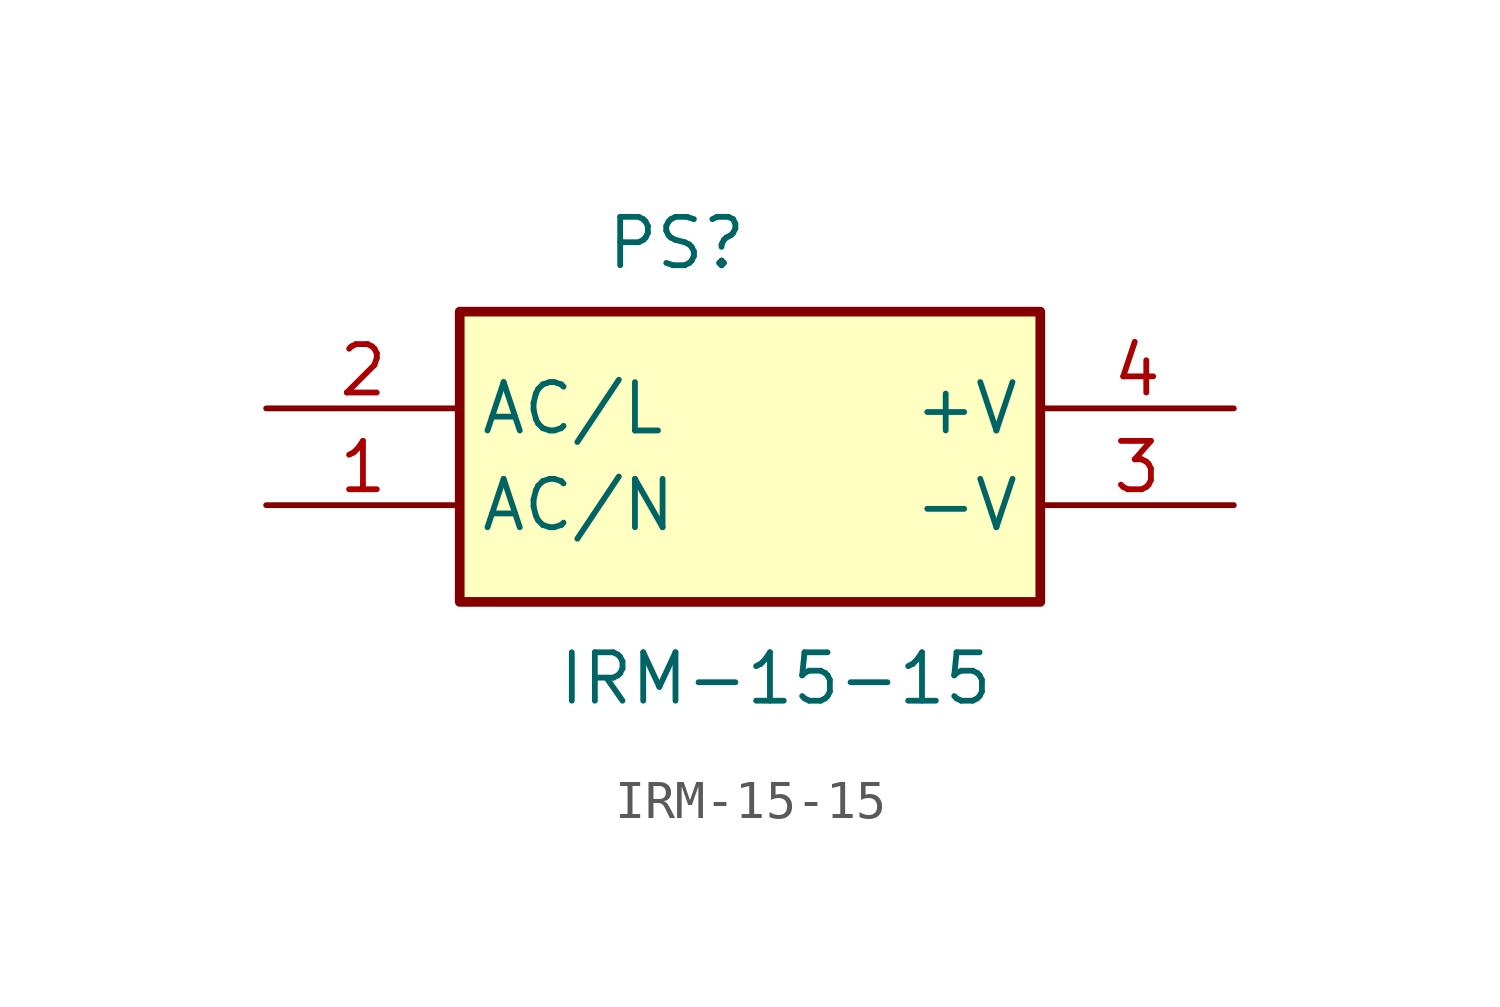
<source format=kicad_sym>
(kicad_symbol_lib
  (version 20220914)
  (generator kicad_symbol_editor)
  (symbol "IRM-15-15"
    (property "Reference" "PS"
      (at 8.89 5.08 0)
      (effects (font (size 1.27 1.27)) (justify left top)))
    (property "Value" "IRM-15-15"
      (at 7.62 -6.35 0)
      (effects (font (size 1.27 1.27)) (justify left top)))
    (symbol "IRM-15-15_1_1"
      (rectangle (start 5.08 2.54) (end 20.32 -5.08) (stroke (width 0.254) (type default)) (fill (type background)))
      (pin passive line (at 0 -2.54 0) (length 5.08) (name "AC/N" (effects (font (size 1.27 1.27)))) (number "1" (effects (font (size 1.27 1.27)))))
      (pin passive line (at 0 0 0) (length 5.08) (name "AC/L" (effects (font (size 1.27 1.27)))) (number "2" (effects (font (size 1.27 1.27)))))
      (pin passive line (at 25.4 -2.54 180) (length 5.08) (name "-V" (effects (font (size 1.27 1.27)))) (number "3" (effects (font (size 1.27 1.27)))))
      (pin passive line (at 25.4 0 180) (length 5.08) (name "+V" (effects (font (size 1.27 1.27)))) (number "4" (effects (font (size 1.27 1.27))))))))
</source>
